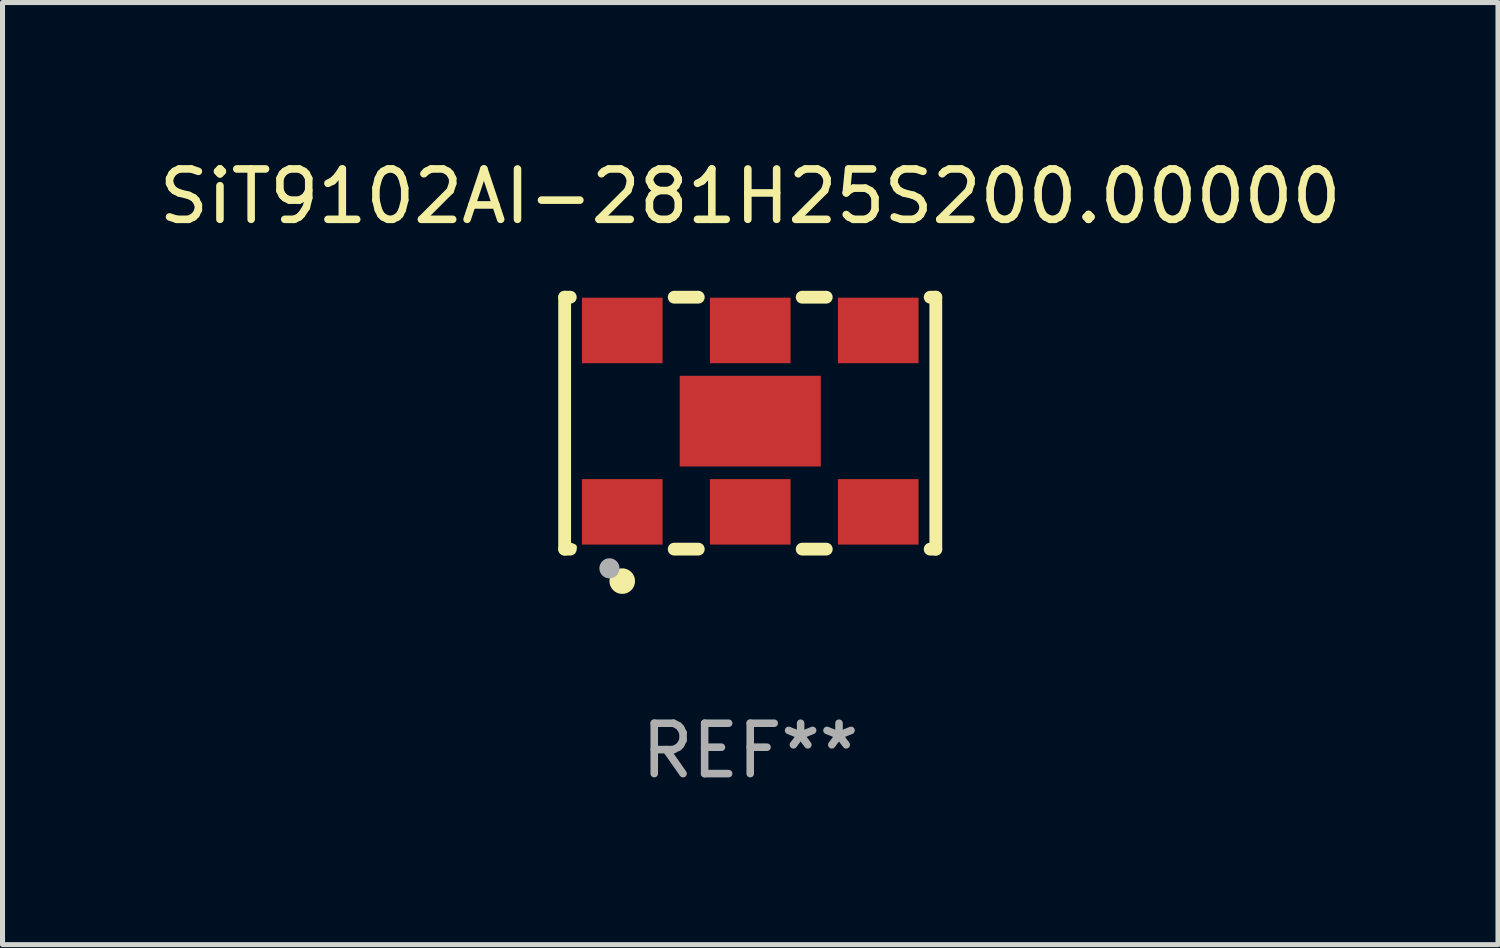
<source format=kicad_pcb>
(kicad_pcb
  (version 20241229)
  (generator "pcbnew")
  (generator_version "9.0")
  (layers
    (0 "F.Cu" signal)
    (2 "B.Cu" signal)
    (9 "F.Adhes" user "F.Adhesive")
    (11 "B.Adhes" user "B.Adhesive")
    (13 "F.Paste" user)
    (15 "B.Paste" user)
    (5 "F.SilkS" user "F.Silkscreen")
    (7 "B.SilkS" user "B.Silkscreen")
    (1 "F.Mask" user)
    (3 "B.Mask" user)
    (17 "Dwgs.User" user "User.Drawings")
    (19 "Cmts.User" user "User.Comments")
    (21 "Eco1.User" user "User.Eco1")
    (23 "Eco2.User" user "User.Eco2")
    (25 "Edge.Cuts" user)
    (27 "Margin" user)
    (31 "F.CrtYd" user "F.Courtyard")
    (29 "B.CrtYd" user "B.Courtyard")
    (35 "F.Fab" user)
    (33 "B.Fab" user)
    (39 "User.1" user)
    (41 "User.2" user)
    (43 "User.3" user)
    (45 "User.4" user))
  (footprint "SiT9102AI-281H25S200.00000"
    (layer "F.Cu")
    (at 11.839 5.348)
    (property "Reference" "SiT9102AI-281H25S200.00000" (at 0 -4.5 0) (layer "F.SilkS") (effects (font (size 1 1) (thickness 0.15))))
    (attr through_hole)
    (fp_line (start -3.683 -2.5) (end -3.571 -2.5) (stroke (width 0.254) (type solid)) (layer "F.SilkS"))
    (fp_line (start -3.683 2.5) (end -3.683 -2.5) (stroke (width 0.254) (type solid)) (layer "F.SilkS"))
    (fp_line (start -3.683 2.5) (end -3.571 2.5) (stroke (width 0.254) (type solid)) (layer "F.SilkS"))
    (fp_line (start -1.509 -2.5) (end -1.031 -2.5) (stroke (width 0.254) (type solid)) (layer "F.SilkS"))
    (fp_line (start -1.509 2.5) (end -1.031 2.5) (stroke (width 0.254) (type solid)) (layer "F.SilkS"))
    (fp_line (start 1.031 -2.5) (end 1.509 -2.5) (stroke (width 0.254) (type solid)) (layer "F.SilkS"))
    (fp_line (start 1.031 2.5) (end 1.509 2.5) (stroke (width 0.254) (type solid)) (layer "F.SilkS"))
    (fp_line (start 3.571 -2.5) (end 3.683 -2.5) (stroke (width 0.254) (type solid)) (layer "F.SilkS"))
    (fp_line (start 3.571 2.5) (end 3.683 2.5) (stroke (width 0.254) (type solid)) (layer "F.SilkS"))
    (fp_line (start 3.683 2.5) (end 3.683 -2.5) (stroke (width 0.254) (type solid)) (layer "F.SilkS"))
    (fp_circle (center -3.5 2.46) (end -3.47 2.46) (stroke (width 0.06) (type solid)) (fill no) (layer "F.SilkS"))
    (fp_circle (center -2.54 3.135) (end -2.413 3.135) (stroke (width 0.254) (type solid)) (fill no) (layer "F.SilkS"))
    (fp_circle (center -2.794 2.881) (end -2.694 2.881) (stroke (width 0.2) (type solid)) (fill no) (layer "F.Fab"))
    (fp_text user "REF**" (at 0 6.5 0) (layer "F.Fab") (effects (font (size 1 1) (thickness 0.15))))
    (pad "1" smd rect (at -2.54 1.76) (size 1.6 1.3) (layers "F.Cu" "F.Mask" "F.Paste"))
    (pad "2" smd rect (at 0 1.76) (size 1.6 1.3) (layers "F.Cu" "F.Mask" "F.Paste"))
    (pad "3" smd rect (at 2.54 1.76) (size 1.6 1.3) (layers "F.Cu" "F.Mask" "F.Paste"))
    (pad "4" smd rect (at 2.54 -1.84) (size 1.6 1.3) (layers "F.Cu" "F.Mask" "F.Paste"))
    (pad "5" smd rect (at 0 -1.84) (size 1.6 1.3) (layers "F.Cu" "F.Mask" "F.Paste"))
    (pad "6" smd rect (at -2.54 -1.84) (size 1.6 1.3) (layers "F.Cu" "F.Mask" "F.Paste"))
    (pad "7" smd rect (at 0 -0.04) (size 2.8 1.8) (layers "F.Cu" "F.Mask" "F.Paste")))
  (gr_rect
    (start -3 -3)
    (end 26.679 15.697)
    (stroke (width 0.1) (type default))
    (fill no)
    (layer "Edge.Cuts")))
</source>
